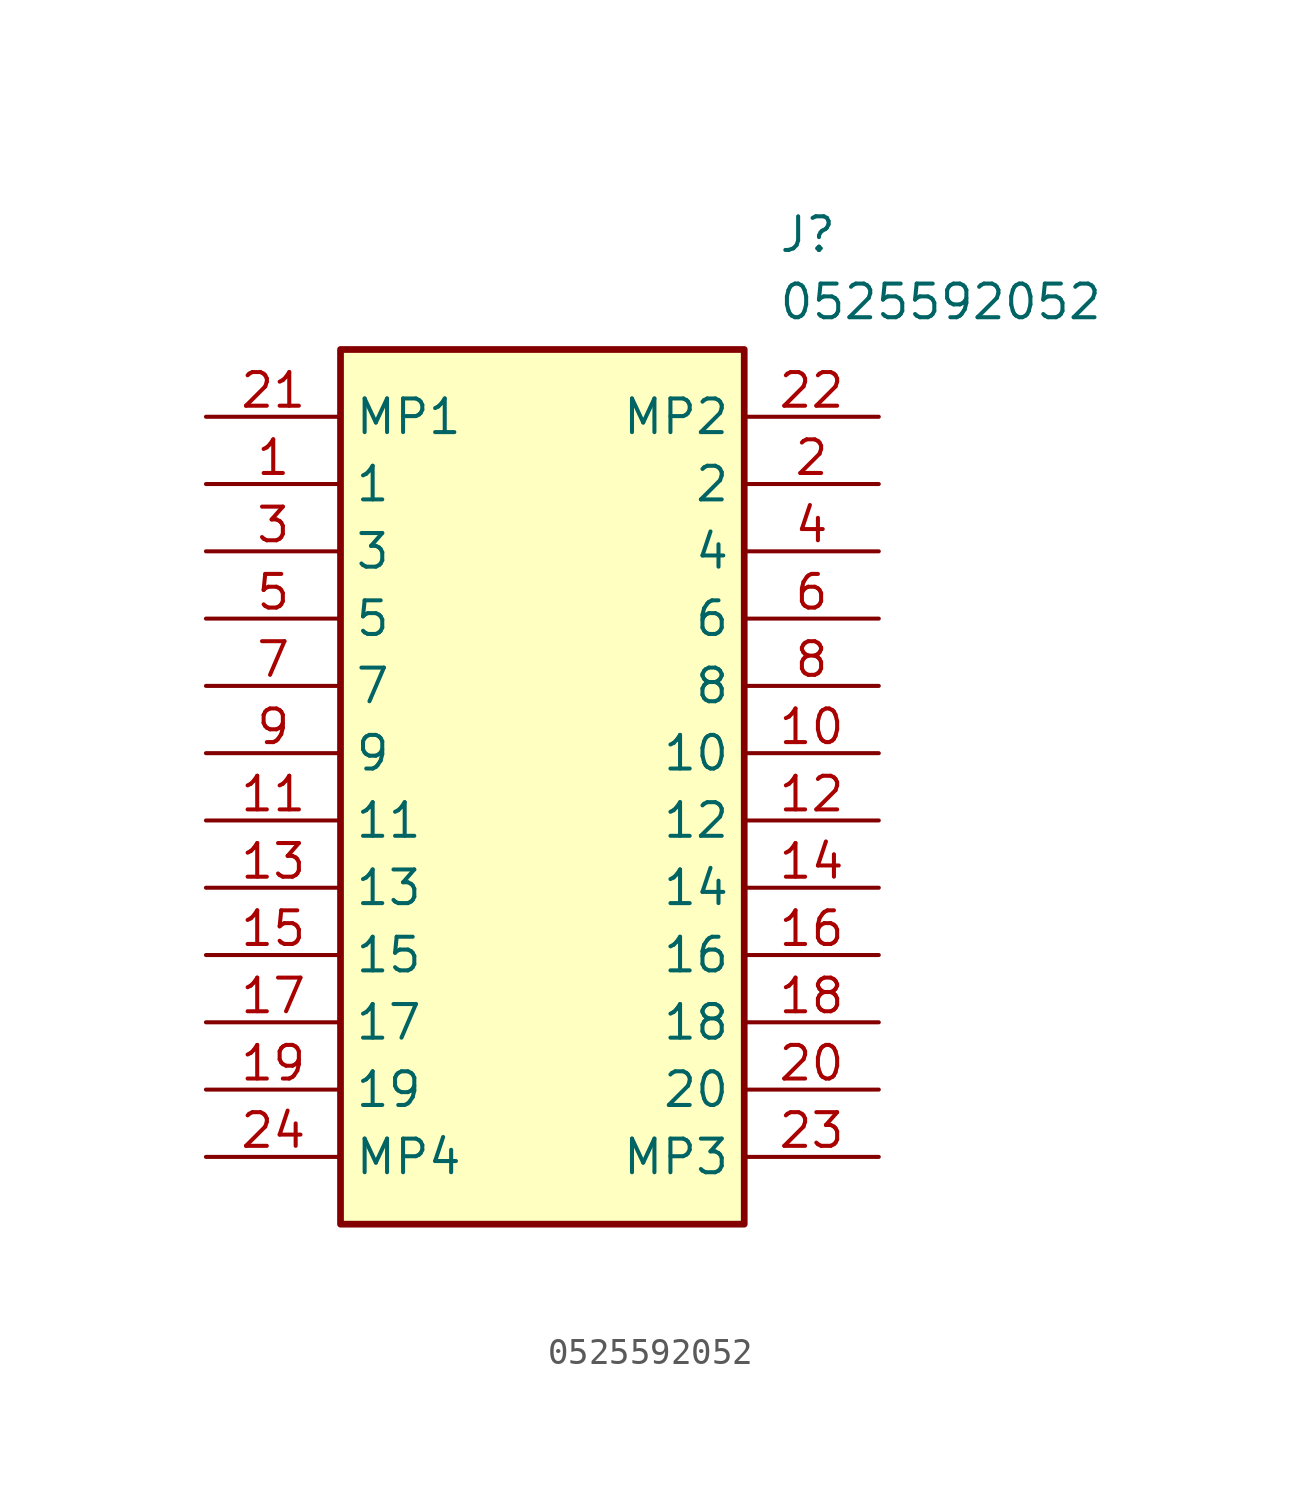
<source format=kicad_sym>
(kicad_symbol_lib
  (version 20211014)
  (generator SamacSys_ECAD_Model)
  (symbol "0525592052"
    (property "Reference" "J"
      (at 21.59 7.62 0)
      (effects (font (size 1.27 1.27)) (justify left top)))
    (property "Value" "0525592052"
      (at 21.59 5.08 0)
      (effects (font (size 1.27 1.27)) (justify left top)))
    (rectangle
      (start 5.08 2.54)
      (end 20.32 -30.48)
      (stroke (width 0.254) (type default))
      (fill (type background)))
    (pin passive line
      (at 0 -2.54 0)
      (length 5.08)
      (name "1" (effects (font (size 1.27 1.27))))
      (number "1" (effects (font (size 1.27 1.27)))))
    (pin passive line
      (at 25.4 -2.54 180)
      (length 5.08)
      (name "2" (effects (font (size 1.27 1.27))))
      (number "2" (effects (font (size 1.27 1.27)))))
    (pin passive line
      (at 0 -5.08 0)
      (length 5.08)
      (name "3" (effects (font (size 1.27 1.27))))
      (number "3" (effects (font (size 1.27 1.27)))))
    (pin passive line
      (at 25.4 -5.08 180)
      (length 5.08)
      (name "4" (effects (font (size 1.27 1.27))))
      (number "4" (effects (font (size 1.27 1.27)))))
    (pin passive line
      (at 0 -7.62 0)
      (length 5.08)
      (name "5" (effects (font (size 1.27 1.27))))
      (number "5" (effects (font (size 1.27 1.27)))))
    (pin passive line
      (at 25.4 -7.62 180)
      (length 5.08)
      (name "6" (effects (font (size 1.27 1.27))))
      (number "6" (effects (font (size 1.27 1.27)))))
    (pin passive line
      (at 0 -10.16 0)
      (length 5.08)
      (name "7" (effects (font (size 1.27 1.27))))
      (number "7" (effects (font (size 1.27 1.27)))))
    (pin passive line
      (at 25.4 -10.16 180)
      (length 5.08)
      (name "8" (effects (font (size 1.27 1.27))))
      (number "8" (effects (font (size 1.27 1.27)))))
    (pin passive line
      (at 0 -12.7 0)
      (length 5.08)
      (name "9" (effects (font (size 1.27 1.27))))
      (number "9" (effects (font (size 1.27 1.27)))))
    (pin passive line
      (at 25.4 -12.7 180)
      (length 5.08)
      (name "10" (effects (font (size 1.27 1.27))))
      (number "10" (effects (font (size 1.27 1.27)))))
    (pin passive line
      (at 0 -15.24 0)
      (length 5.08)
      (name "11" (effects (font (size 1.27 1.27))))
      (number "11" (effects (font (size 1.27 1.27)))))
    (pin passive line
      (at 25.4 -15.24 180)
      (length 5.08)
      (name "12" (effects (font (size 1.27 1.27))))
      (number "12" (effects (font (size 1.27 1.27)))))
    (pin passive line
      (at 0 -17.78 0)
      (length 5.08)
      (name "13" (effects (font (size 1.27 1.27))))
      (number "13" (effects (font (size 1.27 1.27)))))
    (pin passive line
      (at 25.4 -17.78 180)
      (length 5.08)
      (name "14" (effects (font (size 1.27 1.27))))
      (number "14" (effects (font (size 1.27 1.27)))))
    (pin passive line
      (at 0 -20.32 0)
      (length 5.08)
      (name "15" (effects (font (size 1.27 1.27))))
      (number "15" (effects (font (size 1.27 1.27)))))
    (pin passive line
      (at 25.4 -20.32 180)
      (length 5.08)
      (name "16" (effects (font (size 1.27 1.27))))
      (number "16" (effects (font (size 1.27 1.27)))))
    (pin passive line
      (at 0 -22.86 0)
      (length 5.08)
      (name "17" (effects (font (size 1.27 1.27))))
      (number "17" (effects (font (size 1.27 1.27)))))
    (pin passive line
      (at 25.4 -22.86 180)
      (length 5.08)
      (name "18" (effects (font (size 1.27 1.27))))
      (number "18" (effects (font (size 1.27 1.27)))))
    (pin passive line
      (at 0 -25.4 0)
      (length 5.08)
      (name "19" (effects (font (size 1.27 1.27))))
      (number "19" (effects (font (size 1.27 1.27)))))
    (pin passive line
      (at 25.4 -25.4 180)
      (length 5.08)
      (name "20" (effects (font (size 1.27 1.27))))
      (number "20" (effects (font (size 1.27 1.27)))))
    (pin passive line
      (at 0 0 0)
      (length 5.08)
      (name "MP1" (effects (font (size 1.27 1.27))))
      (number "21" (effects (font (size 1.27 1.27)))))
    (pin passive line
      (at 25.4 0 180)
      (length 5.08)
      (name "MP2" (effects (font (size 1.27 1.27))))
      (number "22" (effects (font (size 1.27 1.27)))))
    (pin passive line
      (at 25.4 -27.94 180)
      (length 5.08)
      (name "MP3" (effects (font (size 1.27 1.27))))
      (number "23" (effects (font (size 1.27 1.27)))))
    (pin passive line
      (at 0 -27.94 0)
      (length 5.08)
      (name "MP4" (effects (font (size 1.27 1.27))))
      (number "24" (effects (font (size 1.27 1.27)))))))
</source>
